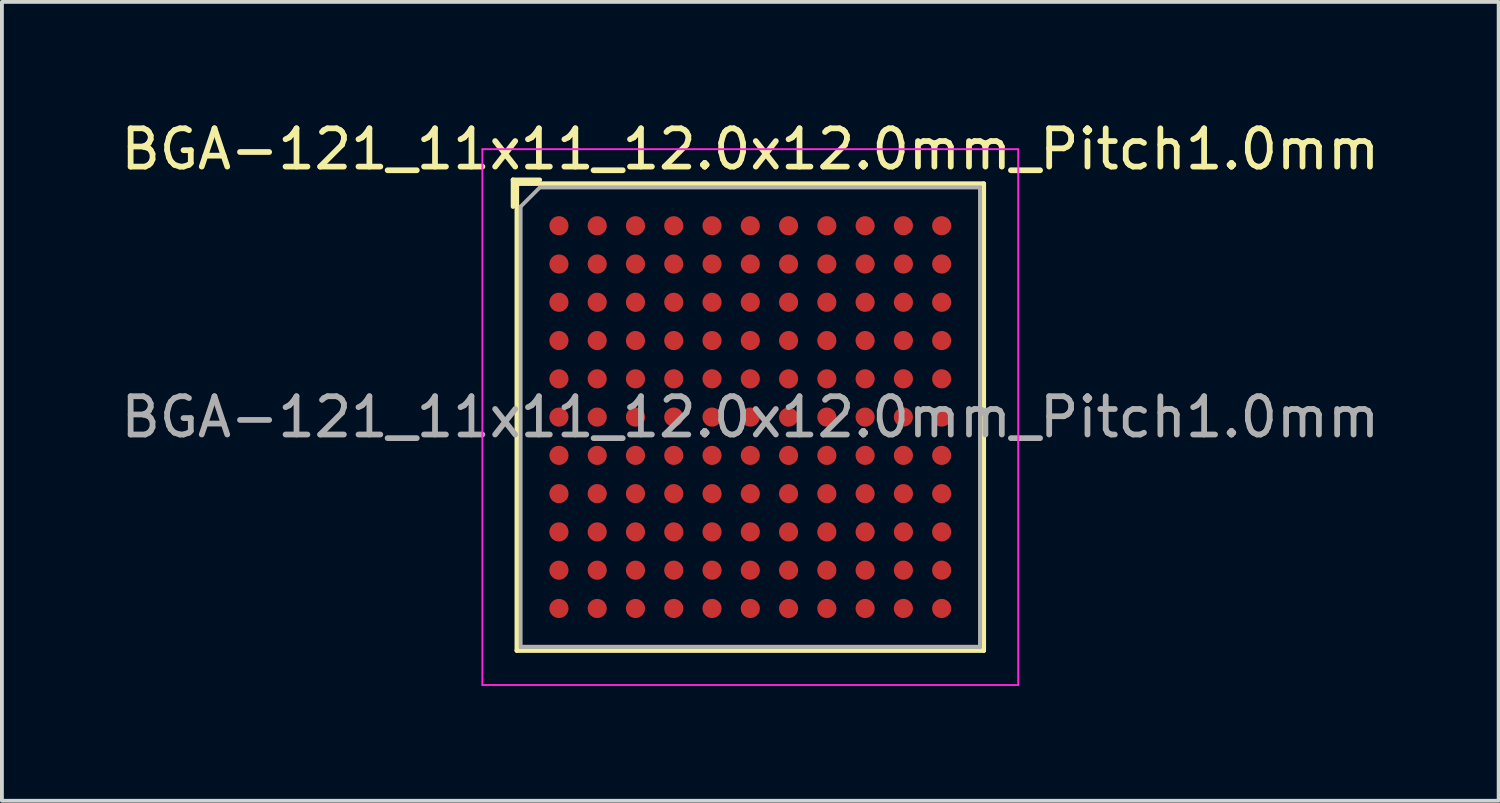
<source format=kicad_pcb>
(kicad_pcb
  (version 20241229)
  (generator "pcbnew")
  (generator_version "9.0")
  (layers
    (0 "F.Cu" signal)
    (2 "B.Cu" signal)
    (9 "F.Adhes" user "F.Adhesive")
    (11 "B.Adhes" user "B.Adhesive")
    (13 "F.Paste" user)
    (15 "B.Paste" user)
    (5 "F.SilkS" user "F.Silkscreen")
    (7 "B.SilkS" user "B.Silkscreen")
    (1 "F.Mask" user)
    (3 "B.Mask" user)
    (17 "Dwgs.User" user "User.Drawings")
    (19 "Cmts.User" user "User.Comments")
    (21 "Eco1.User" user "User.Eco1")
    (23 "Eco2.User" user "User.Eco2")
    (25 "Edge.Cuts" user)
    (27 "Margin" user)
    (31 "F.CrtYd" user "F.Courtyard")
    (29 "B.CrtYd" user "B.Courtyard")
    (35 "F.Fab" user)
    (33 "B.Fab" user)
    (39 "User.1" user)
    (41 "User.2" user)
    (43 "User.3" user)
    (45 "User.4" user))
  (footprint "BGA-121_11x11_12.0x12.0mm_Pitch1.0mm"
    (layer "F.Cu")
    (at 16.554 7.848)
    (property "Reference" "BGA-121_11x11_12.0x12.0mm_Pitch1.0mm" (at 0 -7 0) (layer "F.SilkS") (effects (font (size 1 1) (thickness 0.15))))
    (attr smd)
    (fp_line (start -6.2 -6.2) (end -5.5 -6.2) (stroke (width 0.12) (type solid)) (layer "F.SilkS"))
    (fp_line (start -6.2 -5.5) (end -6.2 -6.2) (stroke (width 0.12) (type solid)) (layer "F.SilkS"))
    (fp_line (start -6.1 -6.1) (end -6.1 6.1) (stroke (width 0.12) (type solid)) (layer "F.SilkS"))
    (fp_line (start -6.1 6.1) (end 6.1 6.1) (stroke (width 0.12) (type solid)) (layer "F.SilkS"))
    (fp_line (start 6.1 -6.1) (end -6.1 -6.1) (stroke (width 0.12) (type solid)) (layer "F.SilkS"))
    (fp_line (start 6.1 6.1) (end 6.1 -6.1) (stroke (width 0.12) (type solid)) (layer "F.SilkS"))
    (fp_line (start -7 -7) (end -7 7) (stroke (width 0.05) (type solid)) (layer "F.CrtYd"))
    (fp_line (start -7 -7) (end 7 -7) (stroke (width 0.05) (type solid)) (layer "F.CrtYd"))
    (fp_line (start 7 7) (end -7 7) (stroke (width 0.05) (type solid)) (layer "F.CrtYd"))
    (fp_line (start 7 7) (end 7 -7) (stroke (width 0.05) (type solid)) (layer "F.CrtYd"))
    (fp_line (start -6 -5.5) (end -6 6) (stroke (width 0.1) (type solid)) (layer "F.Fab"))
    (fp_line (start -6 6) (end 6 6) (stroke (width 0.1) (type solid)) (layer "F.Fab"))
    (fp_line (start -5.5 -6) (end -6 -5.5) (stroke (width 0.1) (type solid)) (layer "F.Fab"))
    (fp_line (start 6 -6) (end -5.5 -6) (stroke (width 0.1) (type solid)) (layer "F.Fab"))
    (fp_line (start 6 6) (end 6 -6) (stroke (width 0.1) (type solid)) (layer "F.Fab"))
    (fp_text user "${REFERENCE}" (at 0 0 0) (layer "F.Fab") (effects (font (size 1 1) (thickness 0.15))))
    (pad "A1" smd circle (at -5 -5) (size 0.5 0.5) (layers "F.Cu" "F.Mask" "F.Paste"))
    (pad "A2" smd circle (at -4 -5) (size 0.5 0.5) (layers "F.Cu" "F.Mask" "F.Paste"))
    (pad "A3" smd circle (at -3 -5) (size 0.5 0.5) (layers "F.Cu" "F.Mask" "F.Paste"))
    (pad "A4" smd circle (at -2 -5) (size 0.5 0.5) (layers "F.Cu" "F.Mask" "F.Paste"))
    (pad "A5" smd circle (at -1 -5) (size 0.5 0.5) (layers "F.Cu" "F.Mask" "F.Paste"))
    (pad "A6" smd circle (at 0 -5) (size 0.5 0.5) (layers "F.Cu" "F.Mask" "F.Paste"))
    (pad "A7" smd circle (at 1 -5) (size 0.5 0.5) (layers "F.Cu" "F.Mask" "F.Paste"))
    (pad "A8" smd circle (at 2 -5) (size 0.5 0.5) (layers "F.Cu" "F.Mask" "F.Paste"))
    (pad "A9" smd circle (at 3 -5) (size 0.5 0.5) (layers "F.Cu" "F.Mask" "F.Paste"))
    (pad "A10" smd circle (at 4 -5) (size 0.5 0.5) (layers "F.Cu" "F.Mask" "F.Paste"))
    (pad "A11" smd circle (at 5 -5) (size 0.5 0.5) (layers "F.Cu" "F.Mask" "F.Paste"))
    (pad "B1" smd circle (at -5 -4) (size 0.5 0.5) (layers "F.Cu" "F.Mask" "F.Paste"))
    (pad "B2" smd circle (at -4 -4) (size 0.5 0.5) (layers "F.Cu" "F.Mask" "F.Paste"))
    (pad "B3" smd circle (at -3 -4) (size 0.5 0.5) (layers "F.Cu" "F.Mask" "F.Paste"))
    (pad "B4" smd circle (at -2 -4) (size 0.5 0.5) (layers "F.Cu" "F.Mask" "F.Paste"))
    (pad "B5" smd circle (at -1 -4) (size 0.5 0.5) (layers "F.Cu" "F.Mask" "F.Paste"))
    (pad "B6" smd circle (at 0 -4) (size 0.5 0.5) (layers "F.Cu" "F.Mask" "F.Paste"))
    (pad "B7" smd circle (at 1 -4) (size 0.5 0.5) (layers "F.Cu" "F.Mask" "F.Paste"))
    (pad "B8" smd circle (at 2 -4) (size 0.5 0.5) (layers "F.Cu" "F.Mask" "F.Paste"))
    (pad "B9" smd circle (at 3 -4) (size 0.5 0.5) (layers "F.Cu" "F.Mask" "F.Paste"))
    (pad "B10" smd circle (at 4 -4) (size 0.5 0.5) (layers "F.Cu" "F.Mask" "F.Paste"))
    (pad "B11" smd circle (at 5 -4) (size 0.5 0.5) (layers "F.Cu" "F.Mask" "F.Paste"))
    (pad "C1" smd circle (at -5 -3) (size 0.5 0.5) (layers "F.Cu" "F.Mask" "F.Paste"))
    (pad "C2" smd circle (at -4 -3) (size 0.5 0.5) (layers "F.Cu" "F.Mask" "F.Paste"))
    (pad "C3" smd circle (at -3 -3) (size 0.5 0.5) (layers "F.Cu" "F.Mask" "F.Paste"))
    (pad "C4" smd circle (at -2 -3) (size 0.5 0.5) (layers "F.Cu" "F.Mask" "F.Paste"))
    (pad "C5" smd circle (at -1 -3) (size 0.5 0.5) (layers "F.Cu" "F.Mask" "F.Paste"))
    (pad "C6" smd circle (at 0 -3) (size 0.5 0.5) (layers "F.Cu" "F.Mask" "F.Paste"))
    (pad "C7" smd circle (at 1 -3) (size 0.5 0.5) (layers "F.Cu" "F.Mask" "F.Paste"))
    (pad "C8" smd circle (at 2 -3) (size 0.5 0.5) (layers "F.Cu" "F.Mask" "F.Paste"))
    (pad "C9" smd circle (at 3 -3) (size 0.5 0.5) (layers "F.Cu" "F.Mask" "F.Paste"))
    (pad "C10" smd circle (at 4 -3) (size 0.5 0.5) (layers "F.Cu" "F.Mask" "F.Paste"))
    (pad "C11" smd circle (at 5 -3) (size 0.5 0.5) (layers "F.Cu" "F.Mask" "F.Paste"))
    (pad "D1" smd circle (at -5 -2) (size 0.5 0.5) (layers "F.Cu" "F.Mask" "F.Paste"))
    (pad "D2" smd circle (at -4 -2) (size 0.5 0.5) (layers "F.Cu" "F.Mask" "F.Paste"))
    (pad "D3" smd circle (at -3 -2) (size 0.5 0.5) (layers "F.Cu" "F.Mask" "F.Paste"))
    (pad "D4" smd circle (at -2 -2) (size 0.5 0.5) (layers "F.Cu" "F.Mask" "F.Paste"))
    (pad "D5" smd circle (at -1 -2) (size 0.5 0.5) (layers "F.Cu" "F.Mask" "F.Paste"))
    (pad "D6" smd circle (at 0 -2) (size 0.5 0.5) (layers "F.Cu" "F.Mask" "F.Paste"))
    (pad "D7" smd circle (at 1 -2) (size 0.5 0.5) (layers "F.Cu" "F.Mask" "F.Paste"))
    (pad "D8" smd circle (at 2 -2) (size 0.5 0.5) (layers "F.Cu" "F.Mask" "F.Paste"))
    (pad "D9" smd circle (at 3 -2) (size 0.5 0.5) (layers "F.Cu" "F.Mask" "F.Paste"))
    (pad "D10" smd circle (at 4 -2) (size 0.5 0.5) (layers "F.Cu" "F.Mask" "F.Paste"))
    (pad "D11" smd circle (at 5 -2) (size 0.5 0.5) (layers "F.Cu" "F.Mask" "F.Paste"))
    (pad "E1" smd circle (at -5 -1) (size 0.5 0.5) (layers "F.Cu" "F.Mask" "F.Paste"))
    (pad "E2" smd circle (at -4 -1) (size 0.5 0.5) (layers "F.Cu" "F.Mask" "F.Paste"))
    (pad "E3" smd circle (at -3 -1) (size 0.5 0.5) (layers "F.Cu" "F.Mask" "F.Paste"))
    (pad "E4" smd circle (at -2 -1) (size 0.5 0.5) (layers "F.Cu" "F.Mask" "F.Paste"))
    (pad "E5" smd circle (at -1 -1) (size 0.5 0.5) (layers "F.Cu" "F.Mask" "F.Paste"))
    (pad "E6" smd circle (at 0 -1) (size 0.5 0.5) (layers "F.Cu" "F.Mask" "F.Paste"))
    (pad "E7" smd circle (at 1 -1) (size 0.5 0.5) (layers "F.Cu" "F.Mask" "F.Paste"))
    (pad "E8" smd circle (at 2 -1) (size 0.5 0.5) (layers "F.Cu" "F.Mask" "F.Paste"))
    (pad "E9" smd circle (at 3 -1) (size 0.5 0.5) (layers "F.Cu" "F.Mask" "F.Paste"))
    (pad "E10" smd circle (at 4 -1) (size 0.5 0.5) (layers "F.Cu" "F.Mask" "F.Paste"))
    (pad "E11" smd circle (at 5 -1) (size 0.5 0.5) (layers "F.Cu" "F.Mask" "F.Paste"))
    (pad "F1" smd circle (at -5 0) (size 0.5 0.5) (layers "F.Cu" "F.Mask" "F.Paste"))
    (pad "F2" smd circle (at -4 0) (size 0.5 0.5) (layers "F.Cu" "F.Mask" "F.Paste"))
    (pad "F3" smd circle (at -3 0) (size 0.5 0.5) (layers "F.Cu" "F.Mask" "F.Paste"))
    (pad "F4" smd circle (at -2 0) (size 0.5 0.5) (layers "F.Cu" "F.Mask" "F.Paste"))
    (pad "F5" smd circle (at -1 0) (size 0.5 0.5) (layers "F.Cu" "F.Mask" "F.Paste"))
    (pad "F6" smd circle (at 0 0) (size 0.5 0.5) (layers "F.Cu" "F.Mask" "F.Paste"))
    (pad "F7" smd circle (at 1 0) (size 0.5 0.5) (layers "F.Cu" "F.Mask" "F.Paste"))
    (pad "F8" smd circle (at 2 0) (size 0.5 0.5) (layers "F.Cu" "F.Mask" "F.Paste"))
    (pad "F9" smd circle (at 3 0) (size 0.5 0.5) (layers "F.Cu" "F.Mask" "F.Paste"))
    (pad "F10" smd circle (at 4 0) (size 0.5 0.5) (layers "F.Cu" "F.Mask" "F.Paste"))
    (pad "F11" smd circle (at 5 0) (size 0.5 0.5) (layers "F.Cu" "F.Mask" "F.Paste"))
    (pad "G1" smd circle (at -5 1) (size 0.5 0.5) (layers "F.Cu" "F.Mask" "F.Paste"))
    (pad "G2" smd circle (at -4 1) (size 0.5 0.5) (layers "F.Cu" "F.Mask" "F.Paste"))
    (pad "G3" smd circle (at -3 1) (size 0.5 0.5) (layers "F.Cu" "F.Mask" "F.Paste"))
    (pad "G4" smd circle (at -2 1) (size 0.5 0.5) (layers "F.Cu" "F.Mask" "F.Paste"))
    (pad "G5" smd circle (at -1 1) (size 0.5 0.5) (layers "F.Cu" "F.Mask" "F.Paste"))
    (pad "G6" smd circle (at 0 1) (size 0.5 0.5) (layers "F.Cu" "F.Mask" "F.Paste"))
    (pad "G7" smd circle (at 1 1) (size 0.5 0.5) (layers "F.Cu" "F.Mask" "F.Paste"))
    (pad "G8" smd circle (at 2 1) (size 0.5 0.5) (layers "F.Cu" "F.Mask" "F.Paste"))
    (pad "G9" smd circle (at 3 1) (size 0.5 0.5) (layers "F.Cu" "F.Mask" "F.Paste"))
    (pad "G10" smd circle (at 4 1) (size 0.5 0.5) (layers "F.Cu" "F.Mask" "F.Paste"))
    (pad "G11" smd circle (at 5 1) (size 0.5 0.5) (layers "F.Cu" "F.Mask" "F.Paste"))
    (pad "H1" smd circle (at -5 2) (size 0.5 0.5) (layers "F.Cu" "F.Mask" "F.Paste"))
    (pad "H2" smd circle (at -4 2) (size 0.5 0.5) (layers "F.Cu" "F.Mask" "F.Paste"))
    (pad "H3" smd circle (at -3 2) (size 0.5 0.5) (layers "F.Cu" "F.Mask" "F.Paste"))
    (pad "H4" smd circle (at -2 2) (size 0.5 0.5) (layers "F.Cu" "F.Mask" "F.Paste"))
    (pad "H5" smd circle (at -1 2) (size 0.5 0.5) (layers "F.Cu" "F.Mask" "F.Paste"))
    (pad "H6" smd circle (at 0 2) (size 0.5 0.5) (layers "F.Cu" "F.Mask" "F.Paste"))
    (pad "H7" smd circle (at 1 2) (size 0.5 0.5) (layers "F.Cu" "F.Mask" "F.Paste"))
    (pad "H8" smd circle (at 2 2) (size 0.5 0.5) (layers "F.Cu" "F.Mask" "F.Paste"))
    (pad "H9" smd circle (at 3 2) (size 0.5 0.5) (layers "F.Cu" "F.Mask" "F.Paste"))
    (pad "H10" smd circle (at 4 2) (size 0.5 0.5) (layers "F.Cu" "F.Mask" "F.Paste"))
    (pad "H11" smd circle (at 5 2) (size 0.5 0.5) (layers "F.Cu" "F.Mask" "F.Paste"))
    (pad "J1" smd circle (at -5 3) (size 0.5 0.5) (layers "F.Cu" "F.Mask" "F.Paste"))
    (pad "J2" smd circle (at -4 3) (size 0.5 0.5) (layers "F.Cu" "F.Mask" "F.Paste"))
    (pad "J3" smd circle (at -3 3) (size 0.5 0.5) (layers "F.Cu" "F.Mask" "F.Paste"))
    (pad "J4" smd circle (at -2 3) (size 0.5 0.5) (layers "F.Cu" "F.Mask" "F.Paste"))
    (pad "J5" smd circle (at -1 3) (size 0.5 0.5) (layers "F.Cu" "F.Mask" "F.Paste"))
    (pad "J6" smd circle (at 0 3) (size 0.5 0.5) (layers "F.Cu" "F.Mask" "F.Paste"))
    (pad "J7" smd circle (at 1 3) (size 0.5 0.5) (layers "F.Cu" "F.Mask" "F.Paste"))
    (pad "J8" smd circle (at 2 3) (size 0.5 0.5) (layers "F.Cu" "F.Mask" "F.Paste"))
    (pad "J9" smd circle (at 3 3) (size 0.5 0.5) (layers "F.Cu" "F.Mask" "F.Paste"))
    (pad "J10" smd circle (at 4 3) (size 0.5 0.5) (layers "F.Cu" "F.Mask" "F.Paste"))
    (pad "J11" smd circle (at 5 3) (size 0.5 0.5) (layers "F.Cu" "F.Mask" "F.Paste"))
    (pad "K1" smd circle (at -5 4) (size 0.5 0.5) (layers "F.Cu" "F.Mask" "F.Paste"))
    (pad "K2" smd circle (at -4 4) (size 0.5 0.5) (layers "F.Cu" "F.Mask" "F.Paste"))
    (pad "K3" smd circle (at -3 4) (size 0.5 0.5) (layers "F.Cu" "F.Mask" "F.Paste"))
    (pad "K4" smd circle (at -2 4) (size 0.5 0.5) (layers "F.Cu" "F.Mask" "F.Paste"))
    (pad "K5" smd circle (at -1 4) (size 0.5 0.5) (layers "F.Cu" "F.Mask" "F.Paste"))
    (pad "K6" smd circle (at 0 4) (size 0.5 0.5) (layers "F.Cu" "F.Mask" "F.Paste"))
    (pad "K7" smd circle (at 1 4) (size 0.5 0.5) (layers "F.Cu" "F.Mask" "F.Paste"))
    (pad "K8" smd circle (at 2 4) (size 0.5 0.5) (layers "F.Cu" "F.Mask" "F.Paste"))
    (pad "K9" smd circle (at 3 4) (size 0.5 0.5) (layers "F.Cu" "F.Mask" "F.Paste"))
    (pad "K10" smd circle (at 4 4) (size 0.5 0.5) (layers "F.Cu" "F.Mask" "F.Paste"))
    (pad "K11" smd circle (at 5 4) (size 0.5 0.5) (layers "F.Cu" "F.Mask" "F.Paste"))
    (pad "L1" smd circle (at -5 5) (size 0.5 0.5) (layers "F.Cu" "F.Mask" "F.Paste"))
    (pad "L2" smd circle (at -4 5) (size 0.5 0.5) (layers "F.Cu" "F.Mask" "F.Paste"))
    (pad "L3" smd circle (at -3 5) (size 0.5 0.5) (layers "F.Cu" "F.Mask" "F.Paste"))
    (pad "L4" smd circle (at -2 5) (size 0.5 0.5) (layers "F.Cu" "F.Mask" "F.Paste"))
    (pad "L5" smd circle (at -1 5) (size 0.5 0.5) (layers "F.Cu" "F.Mask" "F.Paste"))
    (pad "L6" smd circle (at 0 5) (size 0.5 0.5) (layers "F.Cu" "F.Mask" "F.Paste"))
    (pad "L7" smd circle (at 1 5) (size 0.5 0.5) (layers "F.Cu" "F.Mask" "F.Paste"))
    (pad "L8" smd circle (at 2 5) (size 0.5 0.5) (layers "F.Cu" "F.Mask" "F.Paste"))
    (pad "L9" smd circle (at 3 5) (size 0.5 0.5) (layers "F.Cu" "F.Mask" "F.Paste"))
    (pad "L10" smd circle (at 4 5) (size 0.5 0.5) (layers "F.Cu" "F.Mask" "F.Paste"))
    (pad "L11" smd circle (at 5 5) (size 0.5 0.5) (layers "F.Cu" "F.Mask" "F.Paste")))
  (gr_rect
    (start -3 -3)
    (end 36.107 17.873)
    (stroke (width 0.1) (type default))
    (fill no)
    (layer "Edge.Cuts")))
</source>
